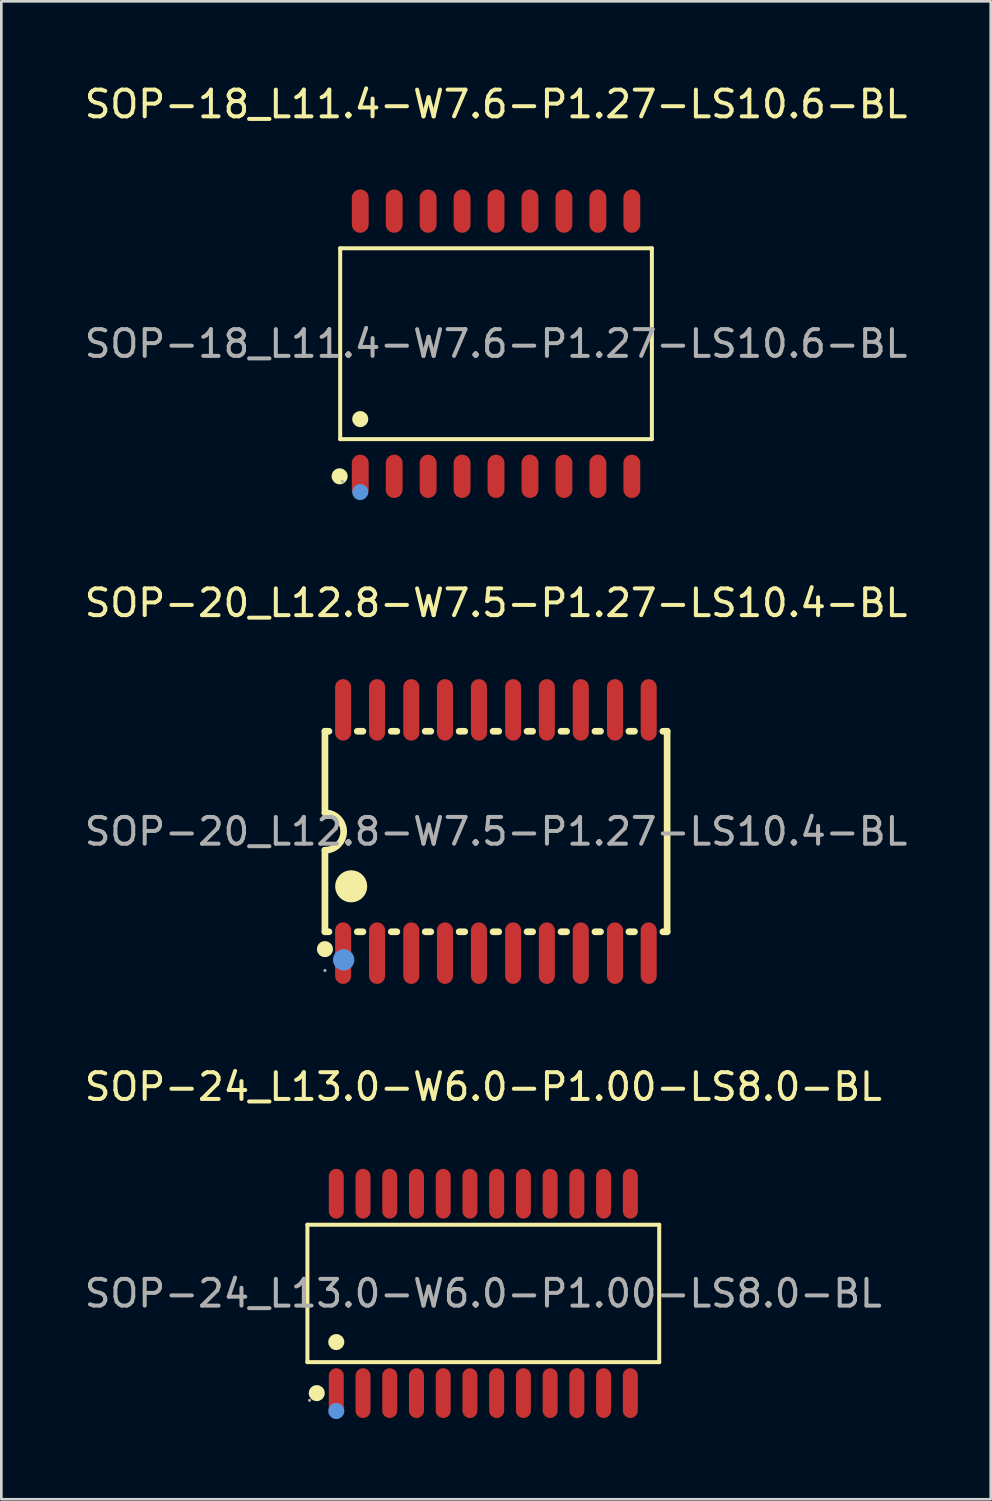
<source format=kicad_pcb>
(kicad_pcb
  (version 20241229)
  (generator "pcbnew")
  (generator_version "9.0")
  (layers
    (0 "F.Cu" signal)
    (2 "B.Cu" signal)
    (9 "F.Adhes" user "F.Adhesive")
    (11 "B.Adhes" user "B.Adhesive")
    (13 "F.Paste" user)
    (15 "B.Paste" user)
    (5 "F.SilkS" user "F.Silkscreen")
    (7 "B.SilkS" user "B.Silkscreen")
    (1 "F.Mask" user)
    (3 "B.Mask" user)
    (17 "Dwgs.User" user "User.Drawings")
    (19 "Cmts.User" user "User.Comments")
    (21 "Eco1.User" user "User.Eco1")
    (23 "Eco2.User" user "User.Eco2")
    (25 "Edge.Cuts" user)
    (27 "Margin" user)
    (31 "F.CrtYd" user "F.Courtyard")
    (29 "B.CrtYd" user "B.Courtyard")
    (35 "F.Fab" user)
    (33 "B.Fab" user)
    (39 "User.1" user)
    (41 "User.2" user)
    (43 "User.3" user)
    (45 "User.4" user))
  (footprint "SOP-24_L13.0-W6.0-P1.00-LS8.0-BL"
    (layer "F.Cu")
    (at 15.03 45.335)
    (property "Reference" "SOP-24_L13.0-W6.0-P1.00-LS8.0-BL" (at 0 -7.73 0) (layer "F.SilkS") (effects (font (size 1 1) (thickness 0.15))))
    (attr through_hole)
    (fp_line (start -6.58 -2.57) (end 6.58 -2.57) (stroke (width 0.15) (type solid)) (layer "F.SilkS"))
    (fp_line (start -6.58 2.57) (end -6.58 -2.57) (stroke (width 0.15) (type solid)) (layer "F.SilkS"))
    (fp_line (start 6.58 -2.57) (end 6.58 2.57) (stroke (width 0.15) (type solid)) (layer "F.SilkS"))
    (fp_line (start 6.58 2.57) (end -6.58 2.57) (stroke (width 0.15) (type solid)) (layer "F.SilkS"))
    (fp_circle (center -6.23 3.73) (end -6.08 3.73) (stroke (width 0.3) (type solid)) (fill no) (layer "F.SilkS"))
    (fp_circle (center -5.5 1.82) (end -5.35 1.82) (stroke (width 0.3) (type solid)) (fill no) (layer "F.SilkS"))
    (fp_circle (center -5.5 4.4) (end -5.35 4.4) (stroke (width 0.3) (type solid)) (fill no) (layer "Cmts.User"))
    (fp_circle (center -6.5 4) (end -6.47 4) (stroke (width 0.06) (type solid)) (fill no) (layer "F.Fab"))
    (fp_text user "${REFERENCE}" (at 0 0 0) (layer "F.Fab") (effects (font (size 1 1) (thickness 0.15))))
    (pad "1" smd oval (at -5.5 3.73) (size 0.56 1.86) (layers "F.Cu" "F.Mask" "F.Paste"))
    (pad "2" smd oval (at -4.5 3.73) (size 0.56 1.86) (layers "F.Cu" "F.Mask" "F.Paste"))
    (pad "3" smd oval (at -3.5 3.73) (size 0.56 1.86) (layers "F.Cu" "F.Mask" "F.Paste"))
    (pad "4" smd oval (at -2.5 3.73) (size 0.56 1.86) (layers "F.Cu" "F.Mask" "F.Paste"))
    (pad "5" smd oval (at -1.5 3.73) (size 0.56 1.86) (layers "F.Cu" "F.Mask" "F.Paste"))
    (pad "6" smd oval (at -0.5 3.73) (size 0.56 1.86) (layers "F.Cu" "F.Mask" "F.Paste"))
    (pad "7" smd oval (at 0.5 3.73) (size 0.56 1.86) (layers "F.Cu" "F.Mask" "F.Paste"))
    (pad "8" smd oval (at 1.5 3.73) (size 0.56 1.86) (layers "F.Cu" "F.Mask" "F.Paste"))
    (pad "9" smd oval (at 2.5 3.73) (size 0.56 1.86) (layers "F.Cu" "F.Mask" "F.Paste"))
    (pad "10" smd oval (at 3.5 3.73) (size 0.56 1.86) (layers "F.Cu" "F.Mask" "F.Paste"))
    (pad "11" smd oval (at 4.5 3.73) (size 0.56 1.86) (layers "F.Cu" "F.Mask" "F.Paste"))
    (pad "12" smd oval (at 5.5 3.73) (size 0.56 1.86) (layers "F.Cu" "F.Mask" "F.Paste"))
    (pad "13" smd oval (at 5.5 -3.73) (size 0.56 1.86) (layers "F.Cu" "F.Mask" "F.Paste"))
    (pad "14" smd oval (at 4.5 -3.73) (size 0.56 1.86) (layers "F.Cu" "F.Mask" "F.Paste"))
    (pad "15" smd oval (at 3.5 -3.73) (size 0.56 1.86) (layers "F.Cu" "F.Mask" "F.Paste"))
    (pad "16" smd oval (at 2.5 -3.73) (size 0.56 1.86) (layers "F.Cu" "F.Mask" "F.Paste"))
    (pad "17" smd oval (at 1.5 -3.73) (size 0.56 1.86) (layers "F.Cu" "F.Mask" "F.Paste"))
    (pad "18" smd oval (at 0.5 -3.73) (size 0.56 1.86) (layers "F.Cu" "F.Mask" "F.Paste"))
    (pad "19" smd oval (at -0.5 -3.73) (size 0.56 1.86) (layers "F.Cu" "F.Mask" "F.Paste"))
    (pad "20" smd oval (at -1.5 -3.73) (size 0.56 1.86) (layers "F.Cu" "F.Mask" "F.Paste"))
    (pad "21" smd oval (at -2.5 -3.73) (size 0.56 1.86) (layers "F.Cu" "F.Mask" "F.Paste"))
    (pad "22" smd oval (at -3.5 -3.73) (size 0.56 1.86) (layers "F.Cu" "F.Mask" "F.Paste"))
    (pad "23" smd oval (at -4.5 -3.73) (size 0.56 1.86) (layers "F.Cu" "F.Mask" "F.Paste"))
    (pad "24" smd oval (at -5.5 -3.73) (size 0.56 1.86) (layers "F.Cu" "F.Mask" "F.Paste")))
  (footprint "SOP-18_L11.4-W7.6-P1.27-LS10.6-BL"
    (layer "F.Cu")
    (at 15.506 9.808)
    (property "Reference" "SOP-18_L11.4-W7.6-P1.27-LS10.6-BL" (at 0 -8.96 0) (layer "F.SilkS") (effects (font (size 1 1) (thickness 0.15))))
    (attr through_hole)
    (fp_line (start -5.83 -3.57) (end 5.83 -3.57) (stroke (width 0.15) (type solid)) (layer "F.SilkS"))
    (fp_line (start -5.83 3.57) (end -5.83 -3.57) (stroke (width 0.15) (type solid)) (layer "F.SilkS"))
    (fp_line (start 5.83 -3.57) (end 5.83 3.57) (stroke (width 0.15) (type solid)) (layer "F.SilkS"))
    (fp_line (start 5.83 3.57) (end -5.83 3.57) (stroke (width 0.15) (type solid)) (layer "F.SilkS"))
    (fp_circle (center -5.85 4.96) (end -5.7 4.96) (stroke (width 0.3) (type solid)) (fill no) (layer "F.SilkS"))
    (fp_circle (center -5.08 2.82) (end -4.93 2.82) (stroke (width 0.3) (type solid)) (fill no) (layer "F.SilkS"))
    (fp_circle (center -5.08 5.55) (end -4.93 5.55) (stroke (width 0.3) (type solid)) (fill no) (layer "Cmts.User"))
    (fp_circle (center -5.75 5.15) (end -5.72 5.15) (stroke (width 0.06) (type solid)) (fill no) (layer "F.Fab"))
    (fp_text user "${REFERENCE}" (at 0 0 0) (layer "F.Fab") (effects (font (size 1 1) (thickness 0.15))))
    (pad "1" smd oval (at -5.08 4.96) (size 0.63 1.62) (layers "F.Cu" "F.Mask" "F.Paste"))
    (pad "2" smd oval (at -3.81 4.96) (size 0.63 1.62) (layers "F.Cu" "F.Mask" "F.Paste"))
    (pad "3" smd oval (at -2.54 4.96) (size 0.63 1.62) (layers "F.Cu" "F.Mask" "F.Paste"))
    (pad "4" smd oval (at -1.27 4.96) (size 0.63 1.62) (layers "F.Cu" "F.Mask" "F.Paste"))
    (pad "5" smd oval (at 0 4.96) (size 0.63 1.62) (layers "F.Cu" "F.Mask" "F.Paste"))
    (pad "6" smd oval (at 1.27 4.96) (size 0.63 1.62) (layers "F.Cu" "F.Mask" "F.Paste"))
    (pad "7" smd oval (at 2.54 4.96) (size 0.63 1.62) (layers "F.Cu" "F.Mask" "F.Paste"))
    (pad "8" smd oval (at 3.81 4.96) (size 0.63 1.62) (layers "F.Cu" "F.Mask" "F.Paste"))
    (pad "9" smd oval (at 5.08 4.96) (size 0.63 1.62) (layers "F.Cu" "F.Mask" "F.Paste"))
    (pad "10" smd oval (at 5.08 -4.96) (size 0.63 1.62) (layers "F.Cu" "F.Mask" "F.Paste"))
    (pad "11" smd oval (at 3.81 -4.96) (size 0.63 1.62) (layers "F.Cu" "F.Mask" "F.Paste"))
    (pad "12" smd oval (at 2.54 -4.96) (size 0.63 1.62) (layers "F.Cu" "F.Mask" "F.Paste"))
    (pad "13" smd oval (at 1.27 -4.96) (size 0.63 1.62) (layers "F.Cu" "F.Mask" "F.Paste"))
    (pad "14" smd oval (at 0 -4.96) (size 0.63 1.62) (layers "F.Cu" "F.Mask" "F.Paste"))
    (pad "15" smd oval (at -1.27 -4.96) (size 0.63 1.62) (layers "F.Cu" "F.Mask" "F.Paste"))
    (pad "16" smd oval (at -2.54 -4.96) (size 0.63 1.62) (layers "F.Cu" "F.Mask" "F.Paste"))
    (pad "17" smd oval (at -3.81 -4.96) (size 0.63 1.62) (layers "F.Cu" "F.Mask" "F.Paste"))
    (pad "18" smd oval (at -5.08 -4.96) (size 0.63 1.62) (layers "F.Cu" "F.Mask" "F.Paste")))
  (footprint "SOP-20_L12.8-W7.5-P1.27-LS10.4-BL"
    (layer "F.Cu")
    (at 15.506 28.056)
    (property "Reference" "SOP-20_L12.8-W7.5-P1.27-LS10.4-BL" (at 0 -8.55 0) (layer "F.SilkS") (effects (font (size 1 1) (thickness 0.15))))
    (attr through_hole)
    (fp_line (start -6.4 -3.75) (end -6.4 -0.7) (stroke (width 0.25) (type solid)) (layer "F.SilkS"))
    (fp_line (start -6.4 -3.75) (end -6.25 -3.75) (stroke (width 0.25) (type solid)) (layer "F.SilkS"))
    (fp_line (start -6.4 3.75) (end -6.4 0.7) (stroke (width 0.25) (type solid)) (layer "F.SilkS"))
    (fp_line (start -6.25 3.75) (end -6.4 3.75) (stroke (width 0.25) (type solid)) (layer "F.SilkS"))
    (fp_line (start -5.19 -3.75) (end -4.98 -3.75) (stroke (width 0.25) (type solid)) (layer "F.SilkS"))
    (fp_line (start -4.98 3.75) (end -5.19 3.75) (stroke (width 0.25) (type solid)) (layer "F.SilkS"))
    (fp_line (start -3.92 -3.75) (end -3.71 -3.75) (stroke (width 0.25) (type solid)) (layer "F.SilkS"))
    (fp_line (start -3.71 3.75) (end -3.92 3.75) (stroke (width 0.25) (type solid)) (layer "F.SilkS"))
    (fp_line (start -2.65 -3.75) (end -2.44 -3.75) (stroke (width 0.25) (type solid)) (layer "F.SilkS"))
    (fp_line (start -2.44 3.75) (end -2.65 3.75) (stroke (width 0.25) (type solid)) (layer "F.SilkS"))
    (fp_line (start -1.38 -3.75) (end -1.17 -3.75) (stroke (width 0.25) (type solid)) (layer "F.SilkS"))
    (fp_line (start -1.17 3.75) (end -1.38 3.75) (stroke (width 0.25) (type solid)) (layer "F.SilkS"))
    (fp_line (start -0.11 -3.75) (end 0.1 -3.75) (stroke (width 0.25) (type solid)) (layer "F.SilkS"))
    (fp_line (start 0.1 3.75) (end -0.11 3.75) (stroke (width 0.25) (type solid)) (layer "F.SilkS"))
    (fp_line (start 1.16 -3.75) (end 1.37 -3.75) (stroke (width 0.25) (type solid)) (layer "F.SilkS"))
    (fp_line (start 1.37 3.75) (end 1.16 3.75) (stroke (width 0.25) (type solid)) (layer "F.SilkS"))
    (fp_line (start 2.43 -3.75) (end 2.64 -3.75) (stroke (width 0.25) (type solid)) (layer "F.SilkS"))
    (fp_line (start 2.64 3.75) (end 2.43 3.75) (stroke (width 0.25) (type solid)) (layer "F.SilkS"))
    (fp_line (start 3.7 -3.75) (end 3.91 -3.75) (stroke (width 0.25) (type solid)) (layer "F.SilkS"))
    (fp_line (start 3.91 3.75) (end 3.7 3.75) (stroke (width 0.25) (type solid)) (layer "F.SilkS"))
    (fp_line (start 4.97 -3.75) (end 5.18 -3.75) (stroke (width 0.25) (type solid)) (layer "F.SilkS"))
    (fp_line (start 5.18 3.75) (end 4.97 3.75) (stroke (width 0.25) (type solid)) (layer "F.SilkS"))
    (fp_line (start 6.24 -3.75) (end 6.4 -3.75) (stroke (width 0.25) (type solid)) (layer "F.SilkS"))
    (fp_line (start 6.4 -3.75) (end 6.4 3.75) (stroke (width 0.25) (type solid)) (layer "F.SilkS"))
    (fp_line (start 6.4 3.75) (end 6.24 3.75) (stroke (width 0.25) (type solid)) (layer "F.SilkS"))
    (fp_arc (start -6.4 -0.7) (mid -5.7 0) (end -6.4 0.7) (stroke (width 0.25) (type solid)) (layer "F.SilkS"))
    (fp_arc (start -6.4 4.4) (mid -6.4 4.4) (end -6.4 4.4) (stroke (width 0.3) (type solid)) (layer "F.SilkS"))
    (fp_arc (start -5.42 1.75) (mid -5.415 2.349958) (end -5.429999 1.750167) (stroke (width 0.6) (type solid)) (layer "F.SilkS"))
    (fp_circle (center -5.7 4.8) (end -5.5 4.8) (stroke (width 0.4) (type solid)) (fill no) (layer "Cmts.User"))
    (fp_circle (center -6.4 5.2) (end -6.37 5.2) (stroke (width 0.06) (type solid)) (fill no) (layer "F.Fab"))
    (fp_text user "${REFERENCE}" (at 0 0 0) (layer "F.Fab") (effects (font (size 1 1) (thickness 0.15))))
    (pad "1" smd oval (at -5.72 4.55 180) (size 0.6 2.3) (layers "F.Cu" "F.Mask" "F.Paste"))
    (pad "2" smd oval (at -4.45 4.55 180) (size 0.6 2.3) (layers "F.Cu" "F.Mask" "F.Paste"))
    (pad "3" smd oval (at -3.17 4.55 180) (size 0.6 2.3) (layers "F.Cu" "F.Mask" "F.Paste"))
    (pad "4" smd oval (at -1.91 4.55 180) (size 0.6 2.3) (layers "F.Cu" "F.Mask" "F.Paste"))
    (pad "5" smd oval (at -0.64 4.55 180) (size 0.6 2.3) (layers "F.Cu" "F.Mask" "F.Paste"))
    (pad "6" smd oval (at 0.64 4.55 180) (size 0.6 2.3) (layers "F.Cu" "F.Mask" "F.Paste"))
    (pad "7" smd oval (at 1.9 4.55 180) (size 0.6 2.3) (layers "F.Cu" "F.Mask" "F.Paste"))
    (pad "8" smd oval (at 3.17 4.55 180) (size 0.6 2.3) (layers "F.Cu" "F.Mask" "F.Paste"))
    (pad "9" smd oval (at 4.45 4.55 180) (size 0.6 2.3) (layers "F.Cu" "F.Mask" "F.Paste"))
    (pad "10" smd oval (at 5.71 4.55 180) (size 0.6 2.3) (layers "F.Cu" "F.Mask" "F.Paste"))
    (pad "11" smd oval (at 5.71 -4.55 180) (size 0.6 2.3) (layers "F.Cu" "F.Mask" "F.Paste"))
    (pad "12" smd oval (at 4.45 -4.55 180) (size 0.6 2.3) (layers "F.Cu" "F.Mask" "F.Paste"))
    (pad "13" smd oval (at 3.17 -4.55 180) (size 0.6 2.3) (layers "F.Cu" "F.Mask" "F.Paste"))
    (pad "14" smd oval (at 1.9 -4.55 180) (size 0.6 2.3) (layers "F.Cu" "F.Mask" "F.Paste"))
    (pad "15" smd oval (at 0.64 -4.55 180) (size 0.6 2.3) (layers "F.Cu" "F.Mask" "F.Paste"))
    (pad "16" smd oval (at -0.64 -4.55 180) (size 0.6 2.3) (layers "F.Cu" "F.Mask" "F.Paste"))
    (pad "17" smd oval (at -1.91 -4.55 180) (size 0.6 2.3) (layers "F.Cu" "F.Mask" "F.Paste"))
    (pad "18" smd oval (at -3.17 -4.55 180) (size 0.6 2.3) (layers "F.Cu" "F.Mask" "F.Paste"))
    (pad "19" smd oval (at -4.45 -4.55 180) (size 0.6 2.3) (layers "F.Cu" "F.Mask" "F.Paste"))
    (pad "20" smd oval (at -5.72 -4.55 180) (size 0.6 2.3) (layers "F.Cu" "F.Mask" "F.Paste")))
  (gr_rect
    (start -3 -3)
    (end 34.012 53.035)
    (stroke (width 0.1) (type default))
    (fill no)
    (layer "Edge.Cuts")))
</source>
